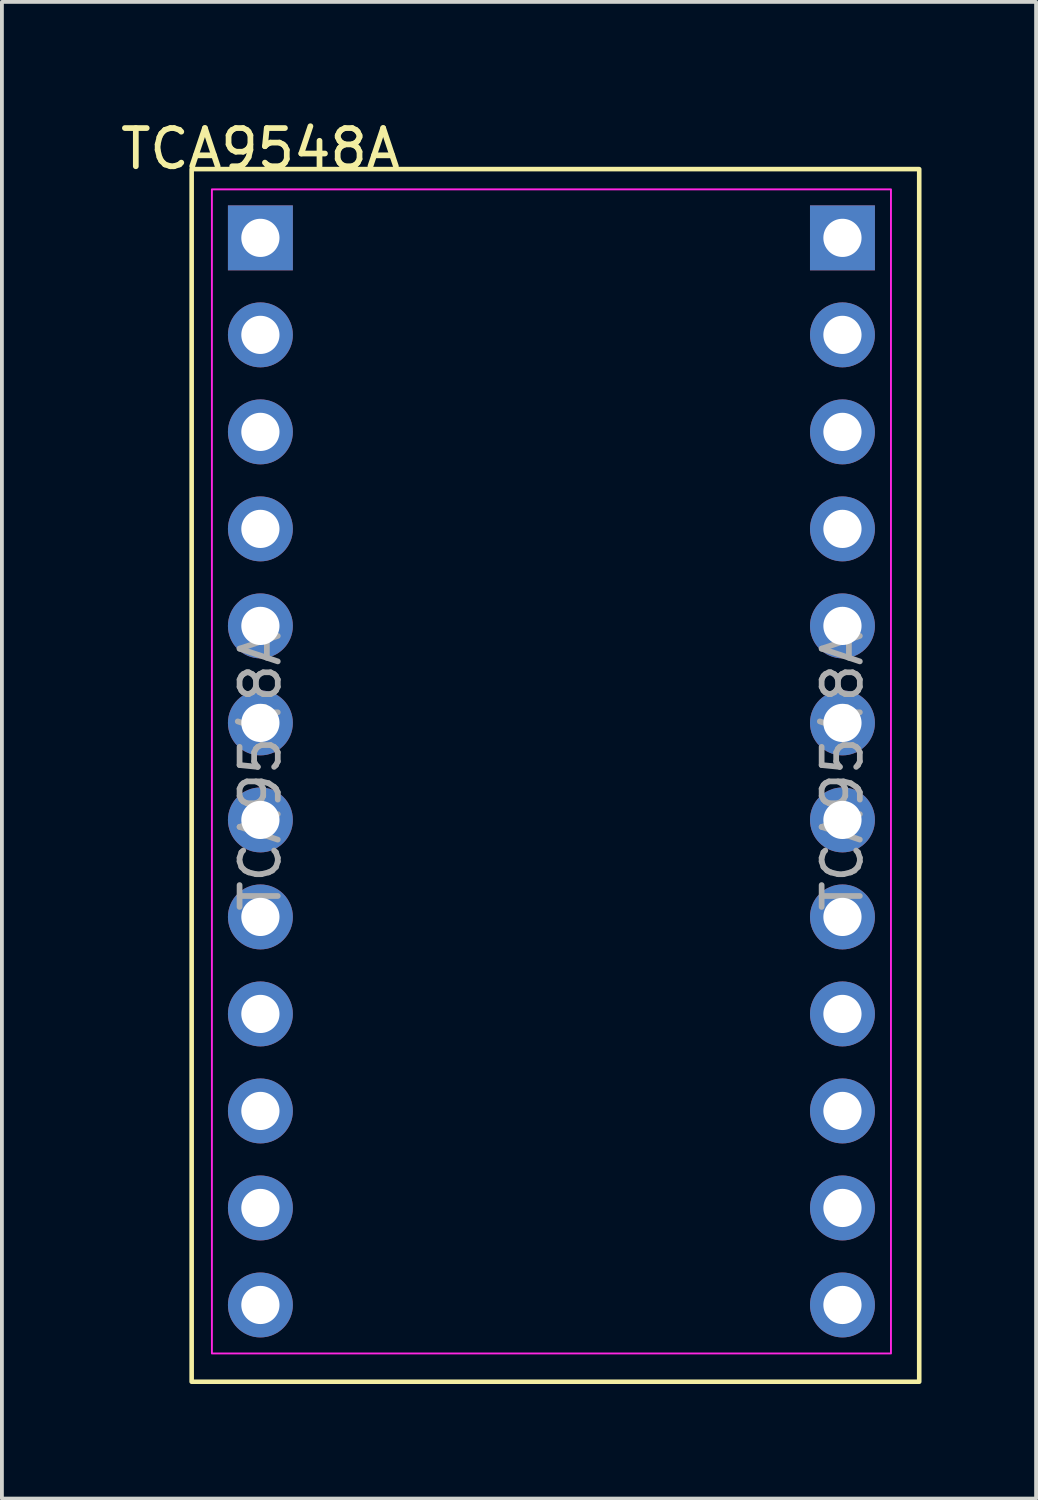
<source format=kicad_pcb>
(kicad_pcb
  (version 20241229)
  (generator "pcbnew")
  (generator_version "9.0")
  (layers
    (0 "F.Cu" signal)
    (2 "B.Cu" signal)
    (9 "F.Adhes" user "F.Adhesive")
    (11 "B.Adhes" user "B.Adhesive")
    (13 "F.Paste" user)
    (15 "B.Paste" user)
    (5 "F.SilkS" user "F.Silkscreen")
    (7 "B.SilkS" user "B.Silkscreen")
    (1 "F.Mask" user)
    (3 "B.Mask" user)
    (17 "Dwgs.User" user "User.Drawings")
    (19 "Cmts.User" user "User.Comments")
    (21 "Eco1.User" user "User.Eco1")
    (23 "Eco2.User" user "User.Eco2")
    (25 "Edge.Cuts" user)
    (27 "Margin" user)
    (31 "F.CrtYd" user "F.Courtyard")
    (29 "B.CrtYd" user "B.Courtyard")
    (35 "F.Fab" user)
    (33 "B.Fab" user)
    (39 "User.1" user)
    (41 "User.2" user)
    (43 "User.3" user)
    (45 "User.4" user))
  (footprint "TCA9548A"
    (layer "F.Cu")
    (at 19.008 31.118)
    (property "Reference" "TCA9548A" (at -15.24 -30.27 0) (layer "F.SilkS") (effects (font (size 1 1) (thickness 0.15))))
    (attr through_hole)
    (fp_rect (start -17.04 -29.74) (end 2.01 2.01) (stroke (width 0.12) (type solid)) (fill no) (layer "F.SilkS"))
    (fp_rect (start -16.51 -29.21) (end 1.27 1.27) (stroke (width 0.05) (type solid)) (fill no) (layer "F.CrtYd"))
    (fp_text user "${REFERENCE}" (at 0 -13.97 90) (layer "F.Fab") (effects (font (size 1 1) (thickness 0.15))))
    (fp_text user "${REFERENCE}" (at -15.24 -13.97 90) (layer "F.Fab") (effects (font (size 1 1) (thickness 0.15))))
    (pad "1" thru_hole oval (at -15.24 -15.24) (size 1.7 1.7) (drill 1) (layers "*.Cu" "*.Mask"))
    (pad "2" thru_hole oval (at -15.24 -12.7) (size 1.7 1.7) (drill 1) (layers "*.Cu" "*.Mask"))
    (pad "3" thru_hole oval (at -15.24 -17.78) (size 1.7 1.7) (drill 1) (layers "*.Cu" "*.Mask"))
    (pad "4" thru_hole oval (at -15.24 -7.62) (size 1.7 1.7) (drill 1) (layers "*.Cu" "*.Mask"))
    (pad "5" thru_hole oval (at -15.24 -5.08) (size 1.7 1.7) (drill 1) (layers "*.Cu" "*.Mask"))
    (pad "6" thru_hole oval (at -15.24 -2.54) (size 1.7 1.7) (drill 1) (layers "*.Cu" "*.Mask"))
    (pad "7" thru_hole oval (at -15.24 0) (size 1.7 1.7) (drill 1) (layers "*.Cu" "*.Mask"))
    (pad "8" thru_hole oval (at 0 0) (size 1.7 1.7) (drill 1) (layers "*.Cu" "*.Mask"))
    (pad "9" thru_hole oval (at 0 -2.54) (size 1.7 1.7) (drill 1) (layers "*.Cu" "*.Mask"))
    (pad "10" thru_hole oval (at 0 -5.08) (size 1.7 1.7) (drill 1) (layers "*.Cu" "*.Mask"))
    (pad "11" thru_hole oval (at 0 -7.62) (size 1.7 1.7) (drill 1) (layers "*.Cu" "*.Mask"))
    (pad "12" thru_hole oval (at -15.24 -25.4) (size 1.7 1.7) (drill 1) (layers "*.Cu" "*.Mask"))
    (pad "13" thru_hole oval (at 0 -10.16) (size 1.7 1.7) (drill 1) (layers "*.Cu" "*.Mask"))
    (pad "14" thru_hole oval (at 0 -12.7) (size 1.7 1.7) (drill 1) (layers "*.Cu" "*.Mask"))
    (pad "15" thru_hole oval (at 0 -15.24) (size 1.7 1.7) (drill 1) (layers "*.Cu" "*.Mask"))
    (pad "16" thru_hole oval (at 0 -17.78) (size 1.7 1.7) (drill 1) (layers "*.Cu" "*.Mask"))
    (pad "17" thru_hole oval (at 0 -20.32) (size 1.7 1.7) (drill 1) (layers "*.Cu" "*.Mask"))
    (pad "18" thru_hole oval (at 0 -22.86) (size 1.7 1.7) (drill 1) (layers "*.Cu" "*.Mask"))
    (pad "19" thru_hole oval (at 0 -25.4) (size 1.7 1.7) (drill 1) (layers "*.Cu" "*.Mask"))
    (pad "20" thru_hole rect (at 0 -27.94) (size 1.7 1.7) (drill 1) (layers "*.Cu" "*.Mask"))
    (pad "21" thru_hole oval (at -15.24 -10.16) (size 1.7 1.7) (drill 1) (layers "*.Cu" "*.Mask"))
    (pad "22" thru_hole oval (at -15.24 -20.32) (size 1.7 1.7) (drill 1) (layers "*.Cu" "*.Mask"))
    (pad "23" thru_hole oval (at -15.24 -22.86) (size 1.7 1.7) (drill 1) (layers "*.Cu" "*.Mask"))
    (pad "24" thru_hole rect (at -15.24 -27.94) (size 1.7 1.7) (drill 1) (layers "*.Cu" "*.Mask")))
  (gr_rect
    (start -3 -3)
    (end 24.078 36.188)
    (stroke (width 0.1) (type default))
    (fill no)
    (layer "Edge.Cuts")))
</source>
